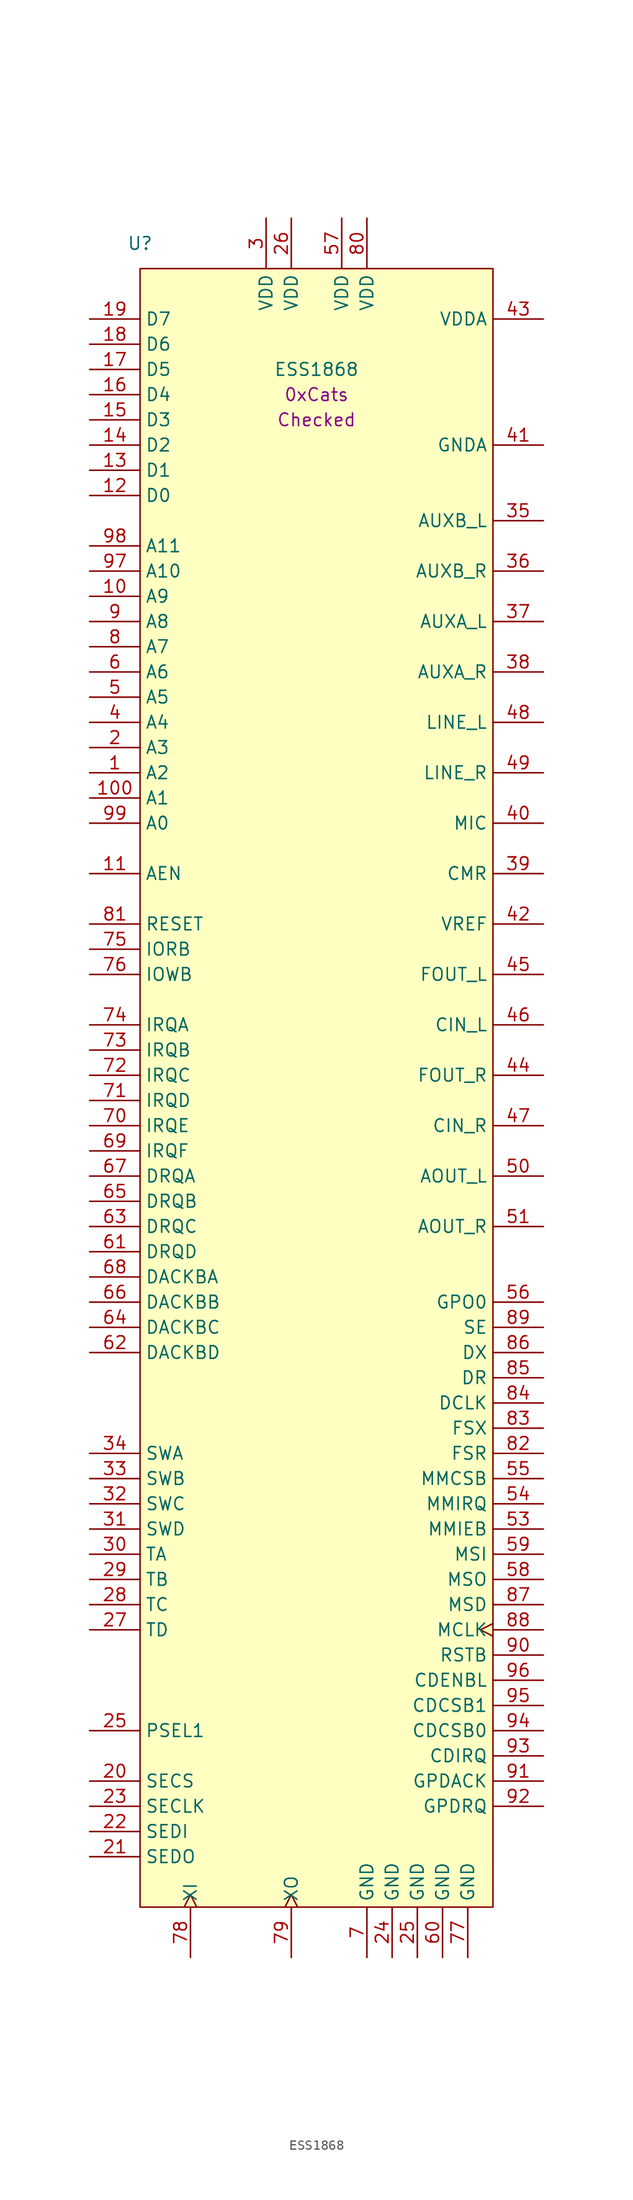
<source format=kicad_sym>
(kicad_symbol_lib
  (version 20211014)
  (generator kicad_symbol_editor)
  (symbol "ESS1868"
    (property "Reference" "U"
      (at -17.78 81.28 0)
      (effects (font (size 1.27 1.27))))
    (property "Value" "ESS1868"
      (at 0 68.58 0)
      (effects (font (size 1.27 1.27))))
    (property "Author" "0xCats"
      (at 0 66.04 0)
      (effects (font (size 1.27 1.27))))
    (property "Checked" "Checked"
      (at 0 63.5 0)
      (effects (font (size 1.27 1.27))))
    (symbol "ESS1868_0_1"
      (rectangle (start -17.78 78.74) (end 17.78 -86.36) (stroke (width 0.152) (type default) (color 0 0 0 0)) (fill (type background))))
    (symbol "ESS1868_1_1"
      (pin input line (at -22.86 27.94 0) (length 5.08) (name "A2" (effects (font (size 1.27 1.27)))) (number "1" (effects (font (size 1.27 1.27)))))
      (pin input line (at -22.86 45.72 0) (length 5.08) (name "A9" (effects (font (size 1.27 1.27)))) (number "10" (effects (font (size 1.27 1.27)))))
      (pin input line (at -22.86 25.4 0) (length 5.08) (name "A1" (effects (font (size 1.27 1.27)))) (number "100" (effects (font (size 1.27 1.27)))))
      (pin input line (at -22.86 17.78 0) (length 5.08) (name "AEN" (effects (font (size 1.27 1.27)))) (number "11" (effects (font (size 1.27 1.27)))))
      (pin bidirectional line (at -22.86 55.88 0) (length 5.08) (name "D0" (effects (font (size 1.27 1.27)))) (number "12" (effects (font (size 1.27 1.27)))))
      (pin bidirectional line (at -22.86 58.42 0) (length 5.08) (name "D1" (effects (font (size 1.27 1.27)))) (number "13" (effects (font (size 1.27 1.27)))))
      (pin bidirectional line (at -22.86 60.96 0) (length 5.08) (name "D2" (effects (font (size 1.27 1.27)))) (number "14" (effects (font (size 1.27 1.27)))))
      (pin bidirectional line (at -22.86 63.5 0) (length 5.08) (name "D3" (effects (font (size 1.27 1.27)))) (number "15" (effects (font (size 1.27 1.27)))))
      (pin bidirectional line (at -22.86 66.04 0) (length 5.08) (name "D4" (effects (font (size 1.27 1.27)))) (number "16" (effects (font (size 1.27 1.27)))))
      (pin bidirectional line (at -22.86 68.58 0) (length 5.08) (name "D5" (effects (font (size 1.27 1.27)))) (number "17" (effects (font (size 1.27 1.27)))))
      (pin bidirectional line (at -22.86 71.12 0) (length 5.08) (name "D6" (effects (font (size 1.27 1.27)))) (number "18" (effects (font (size 1.27 1.27)))))
      (pin bidirectional line (at -22.86 73.66 0) (length 5.08) (name "D7" (effects (font (size 1.27 1.27)))) (number "19" (effects (font (size 1.27 1.27)))))
      (pin input line (at -22.86 30.48 0) (length 5.08) (name "A3" (effects (font (size 1.27 1.27)))) (number "2" (effects (font (size 1.27 1.27)))))
      (pin bidirectional line (at -22.86 -73.66 0) (length 5.08) (name "SECS" (effects (font (size 1.27 1.27)))) (number "20" (effects (font (size 1.27 1.27)))))
      (pin bidirectional line (at -22.86 -81.28 0) (length 5.08) (name "SEDO" (effects (font (size 1.27 1.27)))) (number "21" (effects (font (size 1.27 1.27)))))
      (pin input line (at -22.86 -78.74 0) (length 5.08) (name "SEDI" (effects (font (size 1.27 1.27)))) (number "22" (effects (font (size 1.27 1.27)))))
      (pin output line (at -22.86 -76.2 0) (length 5.08) (name "SECLK" (effects (font (size 1.27 1.27)))) (number "23" (effects (font (size 1.27 1.27)))))
      (pin power_in line (at 7.62 -91.44 90) (length 5.08) (name "GND" (effects (font (size 1.27 1.27)))) (number "24" (effects (font (size 1.27 1.27)))))
      (pin power_in line (at 10.16 -91.44 90) (length 5.08) (name "GND" (effects (font (size 1.27 1.27)))) (number "25" (effects (font (size 1.27 1.27)))))
      (pin input line (at -22.86 -68.58 0) (length 5.08) (name "PSEL1" (effects (font (size 1.27 1.27)))) (number "25" (effects (font (size 1.27 1.27)))))
      (pin power_in line (at -2.54 83.82 270) (length 5.08) (name "VDD" (effects (font (size 1.27 1.27)))) (number "26" (effects (font (size 1.27 1.27)))))
      (pin bidirectional line (at -22.86 -58.42 0) (length 5.08) (name "TD" (effects (font (size 1.27 1.27)))) (number "27" (effects (font (size 1.27 1.27)))))
      (pin bidirectional line (at -22.86 -55.88 0) (length 5.08) (name "TC" (effects (font (size 1.27 1.27)))) (number "28" (effects (font (size 1.27 1.27)))))
      (pin bidirectional line (at -22.86 -53.34 0) (length 5.08) (name "TB" (effects (font (size 1.27 1.27)))) (number "29" (effects (font (size 1.27 1.27)))))
      (pin power_in line (at -5.08 83.82 270) (length 5.08) (name "VDD" (effects (font (size 1.27 1.27)))) (number "3" (effects (font (size 1.27 1.27)))))
      (pin bidirectional line (at -22.86 -50.8 0) (length 5.08) (name "TA" (effects (font (size 1.27 1.27)))) (number "30" (effects (font (size 1.27 1.27)))))
      (pin input line (at -22.86 -48.26 0) (length 5.08) (name "SWD" (effects (font (size 1.27 1.27)))) (number "31" (effects (font (size 1.27 1.27)))))
      (pin input line (at -22.86 -45.72 0) (length 5.08) (name "SWC" (effects (font (size 1.27 1.27)))) (number "32" (effects (font (size 1.27 1.27)))))
      (pin input line (at -22.86 -43.18 0) (length 5.08) (name "SWB" (effects (font (size 1.27 1.27)))) (number "33" (effects (font (size 1.27 1.27)))))
      (pin input line (at -22.86 -40.64 0) (length 5.08) (name "SWA" (effects (font (size 1.27 1.27)))) (number "34" (effects (font (size 1.27 1.27)))))
      (pin input line (at 22.86 53.34 180) (length 5.08) (name "AUXB_L" (effects (font (size 1.27 1.27)))) (number "35" (effects (font (size 1.27 1.27)))))
      (pin input line (at 22.86 48.26 180) (length 5.08) (name "AUXB_R" (effects (font (size 1.27 1.27)))) (number "36" (effects (font (size 1.27 1.27)))))
      (pin input line (at 22.86 43.18 180) (length 5.08) (name "AUXA_L" (effects (font (size 1.27 1.27)))) (number "37" (effects (font (size 1.27 1.27)))))
      (pin input line (at 22.86 38.1 180) (length 5.08) (name "AUXA_R" (effects (font (size 1.27 1.27)))) (number "38" (effects (font (size 1.27 1.27)))))
      (pin output line (at 22.86 17.78 180) (length 5.08) (name "CMR" (effects (font (size 1.27 1.27)))) (number "39" (effects (font (size 1.27 1.27)))))
      (pin input line (at -22.86 33.02 0) (length 5.08) (name "A4" (effects (font (size 1.27 1.27)))) (number "4" (effects (font (size 1.27 1.27)))))
      (pin input line (at 22.86 22.86 180) (length 5.08) (name "MIC" (effects (font (size 1.27 1.27)))) (number "40" (effects (font (size 1.27 1.27)))))
      (pin power_in line (at 22.86 60.96 180) (length 5.08) (name "GNDA" (effects (font (size 1.27 1.27)))) (number "41" (effects (font (size 1.27 1.27)))))
      (pin power_in line (at 22.86 12.7 180) (length 5.08) (name "VREF" (effects (font (size 1.27 1.27)))) (number "42" (effects (font (size 1.27 1.27)))))
      (pin power_in line (at 22.86 73.66 180) (length 5.08) (name "VDDA" (effects (font (size 1.27 1.27)))) (number "43" (effects (font (size 1.27 1.27)))))
      (pin output line (at 22.86 -2.54 180) (length 5.08) (name "FOUT_R" (effects (font (size 1.27 1.27)))) (number "44" (effects (font (size 1.27 1.27)))))
      (pin output line (at 22.86 7.62 180) (length 5.08) (name "FOUT_L" (effects (font (size 1.27 1.27)))) (number "45" (effects (font (size 1.27 1.27)))))
      (pin input line (at 22.86 2.54 180) (length 5.08) (name "CIN_L" (effects (font (size 1.27 1.27)))) (number "46" (effects (font (size 1.27 1.27)))))
      (pin input line (at 22.86 -7.62 180) (length 5.08) (name "CIN_R" (effects (font (size 1.27 1.27)))) (number "47" (effects (font (size 1.27 1.27)))))
      (pin input line (at 22.86 33.02 180) (length 5.08) (name "LINE_L" (effects (font (size 1.27 1.27)))) (number "48" (effects (font (size 1.27 1.27)))))
      (pin input line (at 22.86 27.94 180) (length 5.08) (name "LINE_R" (effects (font (size 1.27 1.27)))) (number "49" (effects (font (size 1.27 1.27)))))
      (pin input line (at -22.86 35.56 0) (length 5.08) (name "A5" (effects (font (size 1.27 1.27)))) (number "5" (effects (font (size 1.27 1.27)))))
      (pin output line (at 22.86 -12.7 180) (length 5.08) (name "AOUT_L" (effects (font (size 1.27 1.27)))) (number "50" (effects (font (size 1.27 1.27)))))
      (pin output line (at 22.86 -17.78 180) (length 5.08) (name "AOUT_R" (effects (font (size 1.27 1.27)))) (number "51" (effects (font (size 1.27 1.27)))))
      (pin input line (at 22.86 -48.26 180) (length 5.08) (name "MMIEB" (effects (font (size 1.27 1.27)))) (number "53" (effects (font (size 1.27 1.27)))))
      (pin input line (at 22.86 -45.72 180) (length 5.08) (name "MMIRQ" (effects (font (size 1.27 1.27)))) (number "54" (effects (font (size 1.27 1.27)))))
      (pin output line (at 22.86 -43.18 180) (length 5.08) (name "MMCSB" (effects (font (size 1.27 1.27)))) (number "55" (effects (font (size 1.27 1.27)))))
      (pin output line (at 22.86 -25.4 180) (length 5.08) (name "GPO0" (effects (font (size 1.27 1.27)))) (number "56" (effects (font (size 1.27 1.27)))))
      (pin power_in line (at 2.54 83.82 270) (length 5.08) (name "VDD" (effects (font (size 1.27 1.27)))) (number "57" (effects (font (size 1.27 1.27)))))
      (pin output line (at 22.86 -53.34 180) (length 5.08) (name "MSO" (effects (font (size 1.27 1.27)))) (number "58" (effects (font (size 1.27 1.27)))))
      (pin input line (at 22.86 -50.8 180) (length 5.08) (name "MSI" (effects (font (size 1.27 1.27)))) (number "59" (effects (font (size 1.27 1.27)))))
      (pin input line (at -22.86 38.1 0) (length 5.08) (name "A6" (effects (font (size 1.27 1.27)))) (number "6" (effects (font (size 1.27 1.27)))))
      (pin power_in line (at 12.7 -91.44 90) (length 5.08) (name "GND" (effects (font (size 1.27 1.27)))) (number "60" (effects (font (size 1.27 1.27)))))
      (pin output line (at -22.86 -20.32 0) (length 5.08) (name "DRQD" (effects (font (size 1.27 1.27)))) (number "61" (effects (font (size 1.27 1.27)))))
      (pin input line (at -22.86 -30.48 0) (length 5.08) (name "DACKBD" (effects (font (size 1.27 1.27)))) (number "62" (effects (font (size 1.27 1.27)))))
      (pin output line (at -22.86 -17.78 0) (length 5.08) (name "DRQC" (effects (font (size 1.27 1.27)))) (number "63" (effects (font (size 1.27 1.27)))))
      (pin input line (at -22.86 -27.94 0) (length 5.08) (name "DACKBC" (effects (font (size 1.27 1.27)))) (number "64" (effects (font (size 1.27 1.27)))))
      (pin output line (at -22.86 -15.24 0) (length 5.08) (name "DRQB" (effects (font (size 1.27 1.27)))) (number "65" (effects (font (size 1.27 1.27)))))
      (pin input line (at -22.86 -25.4 0) (length 5.08) (name "DACKBB" (effects (font (size 1.27 1.27)))) (number "66" (effects (font (size 1.27 1.27)))))
      (pin output line (at -22.86 -12.7 0) (length 5.08) (name "DRQA" (effects (font (size 1.27 1.27)))) (number "67" (effects (font (size 1.27 1.27)))))
      (pin input line (at -22.86 -22.86 0) (length 5.08) (name "DACKBA" (effects (font (size 1.27 1.27)))) (number "68" (effects (font (size 1.27 1.27)))))
      (pin output line (at -22.86 -10.16 0) (length 5.08) (name "IRQF" (effects (font (size 1.27 1.27)))) (number "69" (effects (font (size 1.27 1.27)))))
      (pin power_in line (at 5.08 -91.44 90) (length 5.08) (name "GND" (effects (font (size 1.27 1.27)))) (number "7" (effects (font (size 1.27 1.27)))))
      (pin output line (at -22.86 -7.62 0) (length 5.08) (name "IRQE" (effects (font (size 1.27 1.27)))) (number "70" (effects (font (size 1.27 1.27)))))
      (pin output line (at -22.86 -5.08 0) (length 5.08) (name "IRQD" (effects (font (size 1.27 1.27)))) (number "71" (effects (font (size 1.27 1.27)))))
      (pin output line (at -22.86 -2.54 0) (length 5.08) (name "IRQC" (effects (font (size 1.27 1.27)))) (number "72" (effects (font (size 1.27 1.27)))))
      (pin output line (at -22.86 0 0) (length 5.08) (name "IRQB" (effects (font (size 1.27 1.27)))) (number "73" (effects (font (size 1.27 1.27)))))
      (pin output line (at -22.86 2.54 0) (length 5.08) (name "IRQA" (effects (font (size 1.27 1.27)))) (number "74" (effects (font (size 1.27 1.27)))))
      (pin input line (at -22.86 10.16 0) (length 5.08) (name "IORB" (effects (font (size 1.27 1.27)))) (number "75" (effects (font (size 1.27 1.27)))))
      (pin input line (at -22.86 7.62 0) (length 5.08) (name "IOWB" (effects (font (size 1.27 1.27)))) (number "76" (effects (font (size 1.27 1.27)))))
      (pin power_in line (at 15.24 -91.44 90) (length 5.08) (name "GND" (effects (font (size 1.27 1.27)))) (number "77" (effects (font (size 1.27 1.27)))))
      (pin input clock (at -12.7 -91.44 90) (length 5.08) (name "XI" (effects (font (size 1.27 1.27)))) (number "78" (effects (font (size 1.27 1.27)))))
      (pin input clock (at -2.54 -91.44 90) (length 5.08) (name "XO" (effects (font (size 1.27 1.27)))) (number "79" (effects (font (size 1.27 1.27)))))
      (pin input line (at -22.86 40.64 0) (length 5.08) (name "A7" (effects (font (size 1.27 1.27)))) (number "8" (effects (font (size 1.27 1.27)))))
      (pin power_in line (at 5.08 83.82 270) (length 5.08) (name "VDD" (effects (font (size 1.27 1.27)))) (number "80" (effects (font (size 1.27 1.27)))))
      (pin input line (at -22.86 12.7 0) (length 5.08) (name "RESET" (effects (font (size 1.27 1.27)))) (number "81" (effects (font (size 1.27 1.27)))))
      (pin input line (at 22.86 -40.64 180) (length 5.08) (name "FSR" (effects (font (size 1.27 1.27)))) (number "82" (effects (font (size 1.27 1.27)))))
      (pin input line (at 22.86 -38.1 180) (length 5.08) (name "FSX" (effects (font (size 1.27 1.27)))) (number "83" (effects (font (size 1.27 1.27)))))
      (pin input line (at 22.86 -35.56 180) (length 5.08) (name "DCLK" (effects (font (size 1.27 1.27)))) (number "84" (effects (font (size 1.27 1.27)))))
      (pin input line (at 22.86 -33.02 180) (length 5.08) (name "DR" (effects (font (size 1.27 1.27)))) (number "85" (effects (font (size 1.27 1.27)))))
      (pin output line (at 22.86 -30.48 180) (length 5.08) (name "DX" (effects (font (size 1.27 1.27)))) (number "86" (effects (font (size 1.27 1.27)))))
      (pin input line (at 22.86 -55.88 180) (length 5.08) (name "MSD" (effects (font (size 1.27 1.27)))) (number "87" (effects (font (size 1.27 1.27)))))
      (pin input clock (at 22.86 -58.42 180) (length 5.08) (name "MCLK" (effects (font (size 1.27 1.27)))) (number "88" (effects (font (size 1.27 1.27)))))
      (pin input line (at 22.86 -27.94 180) (length 5.08) (name "SE" (effects (font (size 1.27 1.27)))) (number "89" (effects (font (size 1.27 1.27)))))
      (pin input line (at -22.86 43.18 0) (length 5.08) (name "A8" (effects (font (size 1.27 1.27)))) (number "9" (effects (font (size 1.27 1.27)))))
      (pin output line (at 22.86 -60.96 180) (length 5.08) (name "RSTB" (effects (font (size 1.27 1.27)))) (number "90" (effects (font (size 1.27 1.27)))))
      (pin output line (at 22.86 -73.66 180) (length 5.08) (name "GPDACK" (effects (font (size 1.27 1.27)))) (number "91" (effects (font (size 1.27 1.27)))))
      (pin input line (at 22.86 -76.2 180) (length 5.08) (name "GPDRQ" (effects (font (size 1.27 1.27)))) (number "92" (effects (font (size 1.27 1.27)))))
      (pin input line (at 22.86 -71.12 180) (length 5.08) (name "CDIRQ" (effects (font (size 1.27 1.27)))) (number "93" (effects (font (size 1.27 1.27)))))
      (pin output line (at 22.86 -68.58 180) (length 5.08) (name "CDCSB0" (effects (font (size 1.27 1.27)))) (number "94" (effects (font (size 1.27 1.27)))))
      (pin output line (at 22.86 -66.04 180) (length 5.08) (name "CDCSB1" (effects (font (size 1.27 1.27)))) (number "95" (effects (font (size 1.27 1.27)))))
      (pin output line (at 22.86 -63.5 180) (length 5.08) (name "CDENBL" (effects (font (size 1.27 1.27)))) (number "96" (effects (font (size 1.27 1.27)))))
      (pin input line (at -22.86 48.26 0) (length 5.08) (name "A10" (effects (font (size 1.27 1.27)))) (number "97" (effects (font (size 1.27 1.27)))))
      (pin input line (at -22.86 50.8 0) (length 5.08) (name "A11" (effects (font (size 1.27 1.27)))) (number "98" (effects (font (size 1.27 1.27)))))
      (pin input line (at -22.86 22.86 0) (length 5.08) (name "A0" (effects (font (size 1.27 1.27)))) (number "99" (effects (font (size 1.27 1.27))))))))
</source>
